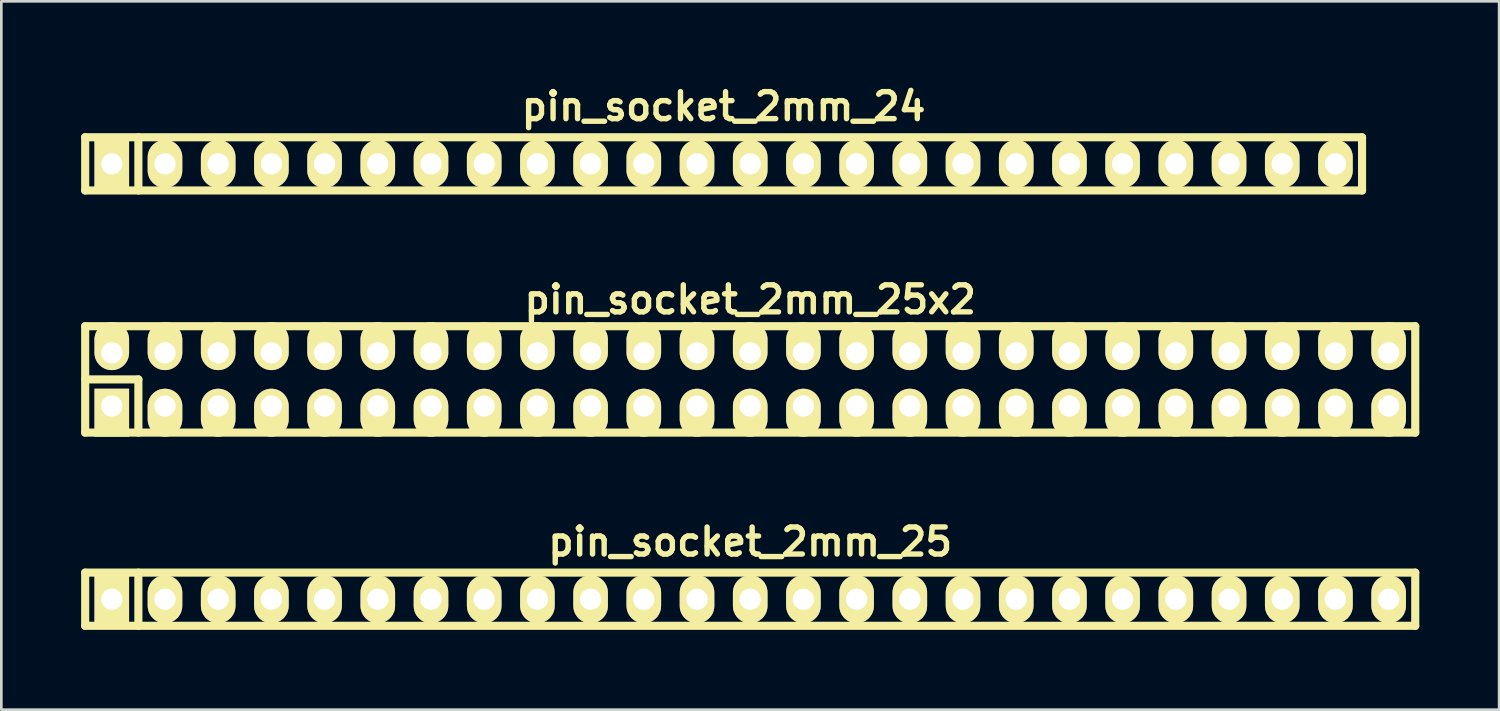
<source format=kicad_pcb>
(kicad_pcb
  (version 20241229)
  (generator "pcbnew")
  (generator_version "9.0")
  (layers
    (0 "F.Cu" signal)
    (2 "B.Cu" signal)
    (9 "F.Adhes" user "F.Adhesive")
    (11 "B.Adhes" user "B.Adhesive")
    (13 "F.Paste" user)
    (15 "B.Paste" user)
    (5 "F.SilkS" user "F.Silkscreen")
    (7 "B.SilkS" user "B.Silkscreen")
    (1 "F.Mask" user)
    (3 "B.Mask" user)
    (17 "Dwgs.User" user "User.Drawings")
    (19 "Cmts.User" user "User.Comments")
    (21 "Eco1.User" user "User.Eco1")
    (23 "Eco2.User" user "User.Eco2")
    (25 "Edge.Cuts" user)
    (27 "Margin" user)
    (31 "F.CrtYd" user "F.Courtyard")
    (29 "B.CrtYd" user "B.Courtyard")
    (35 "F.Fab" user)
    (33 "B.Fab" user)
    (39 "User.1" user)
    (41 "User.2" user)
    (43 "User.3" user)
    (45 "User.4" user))
  (footprint "pin_socket_2mm_24"
    (layer "F.Cu")
    (at 24.152 3.11)
    (property "Reference" "pin_socket_2mm_24" (at 0 -2.159 0) (layer "F.SilkS") (effects (font (size 1.016 1.016) (thickness 0.203))))
    (attr through_hole)
    (fp_line (start -24 -1) (end 24 -1) (stroke (width 0.305) (type solid)) (layer "F.SilkS"))
    (fp_line (start -24 1) (end -24 -1) (stroke (width 0.305) (type solid)) (layer "F.SilkS"))
    (fp_line (start -22 -1) (end -22 1) (stroke (width 0.305) (type solid)) (layer "F.SilkS"))
    (fp_line (start 24 -1) (end 24 1) (stroke (width 0.305) (type solid)) (layer "F.SilkS"))
    (fp_line (start 24 1) (end -24 1) (stroke (width 0.305) (type solid)) (layer "F.SilkS"))
    (pad "1" thru_hole rect (at -23 0) (size 1.3 1.8) (drill 0.8) (layers "*.Cu" "*.Mask" "F.SilkS"))
    (pad "2" thru_hole oval (at -21 0) (size 1.3 1.8) (drill 0.8) (layers "*.Cu" "*.Mask" "F.SilkS"))
    (pad "3" thru_hole oval (at -19 0) (size 1.3 1.8) (drill 0.8) (layers "*.Cu" "*.Mask" "F.SilkS"))
    (pad "4" thru_hole oval (at -17 0) (size 1.3 1.8) (drill 0.8) (layers "*.Cu" "*.Mask" "F.SilkS"))
    (pad "5" thru_hole oval (at -15 0) (size 1.3 1.8) (drill 0.8) (layers "*.Cu" "*.Mask" "F.SilkS"))
    (pad "6" thru_hole oval (at -13 0) (size 1.3 1.8) (drill 0.8) (layers "*.Cu" "*.Mask" "F.SilkS"))
    (pad "7" thru_hole oval (at -11 0) (size 1.3 1.8) (drill 0.8) (layers "*.Cu" "*.Mask" "F.SilkS"))
    (pad "8" thru_hole oval (at -9 0) (size 1.3 1.8) (drill 0.8) (layers "*.Cu" "*.Mask" "F.SilkS"))
    (pad "9" thru_hole oval (at -7 0) (size 1.3 1.8) (drill 0.8) (layers "*.Cu" "*.Mask" "F.SilkS"))
    (pad "10" thru_hole oval (at -5 0) (size 1.3 1.8) (drill 0.8) (layers "*.Cu" "*.Mask" "F.SilkS"))
    (pad "11" thru_hole oval (at -3 0) (size 1.3 1.8) (drill 0.8) (layers "*.Cu" "*.Mask" "F.SilkS"))
    (pad "12" thru_hole oval (at -1 0) (size 1.3 1.8) (drill 0.8) (layers "*.Cu" "*.Mask" "F.SilkS"))
    (pad "13" thru_hole oval (at 1 0) (size 1.3 1.8) (drill 0.8) (layers "*.Cu" "*.Mask" "F.SilkS"))
    (pad "14" thru_hole oval (at 3 0) (size 1.3 1.8) (drill 0.8) (layers "*.Cu" "*.Mask" "F.SilkS"))
    (pad "15" thru_hole oval (at 5 0) (size 1.3 1.8) (drill 0.8) (layers "*.Cu" "*.Mask" "F.SilkS"))
    (pad "16" thru_hole oval (at 7 0) (size 1.3 1.8) (drill 0.8) (layers "*.Cu" "*.Mask" "F.SilkS"))
    (pad "17" thru_hole oval (at 9 0) (size 1.3 1.8) (drill 0.8) (layers "*.Cu" "*.Mask" "F.SilkS"))
    (pad "18" thru_hole oval (at 11 0) (size 1.3 1.8) (drill 0.8) (layers "*.Cu" "*.Mask" "F.SilkS"))
    (pad "19" thru_hole oval (at 13 0) (size 1.3 1.8) (drill 0.8) (layers "*.Cu" "*.Mask" "F.SilkS"))
    (pad "20" thru_hole oval (at 15 0) (size 1.3 1.8) (drill 0.8) (layers "*.Cu" "*.Mask" "F.SilkS"))
    (pad "21" thru_hole oval (at 17 0) (size 1.3 1.8) (drill 0.8) (layers "*.Cu" "*.Mask" "F.SilkS"))
    (pad "22" thru_hole oval (at 19 0) (size 1.3 1.8) (drill 0.8) (layers "*.Cu" "*.Mask" "F.SilkS"))
    (pad "23" thru_hole oval (at 21 0) (size 1.3 1.8) (drill 0.8) (layers "*.Cu" "*.Mask" "F.SilkS"))
    (pad "24" thru_hole oval (at 23 0) (size 1.3 1.8) (drill 0.8) (layers "*.Cu" "*.Mask" "F.SilkS")))
  (footprint "pin_socket_2mm_25x2"
    (layer "F.Cu")
    (at 25.152 11.213)
    (property "Reference" "pin_socket_2mm_25x2" (at 0 -3 0) (layer "F.SilkS") (effects (font (size 1.016 1.016) (thickness 0.203))))
    (attr through_hole)
    (fp_line (start -25 -2) (end 25 -2) (stroke (width 0.305) (type solid)) (layer "F.SilkS"))
    (fp_line (start -25 0) (end -23 0) (stroke (width 0.305) (type solid)) (layer "F.SilkS"))
    (fp_line (start -25 2) (end -25 -2) (stroke (width 0.305) (type solid)) (layer "F.SilkS"))
    (fp_line (start -23 0) (end -23 2) (stroke (width 0.305) (type solid)) (layer "F.SilkS"))
    (fp_line (start 25 -2) (end 25 2) (stroke (width 0.305) (type solid)) (layer "F.SilkS"))
    (fp_line (start 25 2) (end -25 2) (stroke (width 0.305) (type solid)) (layer "F.SilkS"))
    (pad "1" thru_hole rect (at -24 1) (size 1.3 1.8) (drill 0.8 (offset 0 0.25)) (layers "*.Cu" "*.Mask" "F.SilkS"))
    (pad "2" thru_hole oval (at -24 -1) (size 1.3 1.8) (drill 0.8 (offset 0 -0.25)) (layers "*.Cu" "*.Mask" "F.SilkS"))
    (pad "3" thru_hole oval (at -22 1) (size 1.3 1.8) (drill 0.8 (offset 0 0.25)) (layers "*.Cu" "*.Mask" "F.SilkS"))
    (pad "4" thru_hole oval (at -22 -1) (size 1.3 1.8) (drill 0.8 (offset 0 -0.25)) (layers "*.Cu" "*.Mask" "F.SilkS"))
    (pad "5" thru_hole oval (at -20 1) (size 1.3 1.8) (drill 0.8 (offset 0 0.25)) (layers "*.Cu" "*.Mask" "F.SilkS"))
    (pad "6" thru_hole oval (at -20 -1) (size 1.3 1.8) (drill 0.8 (offset 0 -0.25)) (layers "*.Cu" "*.Mask" "F.SilkS"))
    (pad "7" thru_hole oval (at -18 1) (size 1.3 1.8) (drill 0.8 (offset 0 0.25)) (layers "*.Cu" "*.Mask" "F.SilkS"))
    (pad "8" thru_hole oval (at -18 -1) (size 1.3 1.8) (drill 0.8 (offset 0 -0.25)) (layers "*.Cu" "*.Mask" "F.SilkS"))
    (pad "9" thru_hole oval (at -16 1) (size 1.3 1.8) (drill 0.8 (offset 0 0.25)) (layers "*.Cu" "*.Mask" "F.SilkS"))
    (pad "10" thru_hole oval (at -16 -1) (size 1.3 1.8) (drill 0.8 (offset 0 -0.25)) (layers "*.Cu" "*.Mask" "F.SilkS"))
    (pad "11" thru_hole oval (at -14 1) (size 1.3 1.8) (drill 0.8 (offset 0 0.25)) (layers "*.Cu" "*.Mask" "F.SilkS"))
    (pad "12" thru_hole oval (at -14 -1) (size 1.3 1.8) (drill 0.8 (offset 0 -0.25)) (layers "*.Cu" "*.Mask" "F.SilkS"))
    (pad "13" thru_hole oval (at -12 1) (size 1.3 1.8) (drill 0.8 (offset 0 0.25)) (layers "*.Cu" "*.Mask" "F.SilkS"))
    (pad "14" thru_hole oval (at -12 -1) (size 1.3 1.8) (drill 0.8 (offset 0 -0.25)) (layers "*.Cu" "*.Mask" "F.SilkS"))
    (pad "15" thru_hole oval (at -10 1) (size 1.3 1.8) (drill 0.8 (offset 0 0.25)) (layers "*.Cu" "*.Mask" "F.SilkS"))
    (pad "16" thru_hole oval (at -10 -1) (size 1.3 1.8) (drill 0.8 (offset 0 -0.25)) (layers "*.Cu" "*.Mask" "F.SilkS"))
    (pad "17" thru_hole oval (at -8 1) (size 1.3 1.8) (drill 0.8 (offset 0 0.25)) (layers "*.Cu" "*.Mask" "F.SilkS"))
    (pad "18" thru_hole oval (at -8 -1) (size 1.3 1.8) (drill 0.8 (offset 0 -0.25)) (layers "*.Cu" "*.Mask" "F.SilkS"))
    (pad "19" thru_hole oval (at -6 1) (size 1.3 1.8) (drill 0.8 (offset 0 0.25)) (layers "*.Cu" "*.Mask" "F.SilkS"))
    (pad "20" thru_hole oval (at -6 -1) (size 1.3 1.8) (drill 0.8 (offset 0 -0.25)) (layers "*.Cu" "*.Mask" "F.SilkS"))
    (pad "21" thru_hole oval (at -4 1) (size 1.3 1.8) (drill 0.8 (offset 0 0.25)) (layers "*.Cu" "*.Mask" "F.SilkS"))
    (pad "22" thru_hole oval (at -4 -1) (size 1.3 1.8) (drill 0.8 (offset 0 -0.25)) (layers "*.Cu" "*.Mask" "F.SilkS"))
    (pad "23" thru_hole oval (at -2 1) (size 1.3 1.8) (drill 0.8 (offset 0 0.25)) (layers "*.Cu" "*.Mask" "F.SilkS"))
    (pad "24" thru_hole oval (at -2 -1) (size 1.3 1.8) (drill 0.8 (offset 0 -0.25)) (layers "*.Cu" "*.Mask" "F.SilkS"))
    (pad "25" thru_hole oval (at 0 1) (size 1.3 1.8) (drill 0.8 (offset 0 0.25)) (layers "*.Cu" "*.Mask" "F.SilkS"))
    (pad "26" thru_hole oval (at 0 -1) (size 1.3 1.8) (drill 0.8 (offset 0 -0.25)) (layers "*.Cu" "*.Mask" "F.SilkS"))
    (pad "27" thru_hole oval (at 2 1) (size 1.3 1.8) (drill 0.8 (offset 0 0.25)) (layers "*.Cu" "*.Mask" "F.SilkS"))
    (pad "28" thru_hole oval (at 2 -1) (size 1.3 1.8) (drill 0.8 (offset 0 -0.25)) (layers "*.Cu" "*.Mask" "F.SilkS"))
    (pad "29" thru_hole oval (at 4 1) (size 1.3 1.8) (drill 0.8 (offset 0 0.25)) (layers "*.Cu" "*.Mask" "F.SilkS"))
    (pad "30" thru_hole oval (at 4 -1) (size 1.3 1.8) (drill 0.8 (offset 0 -0.25)) (layers "*.Cu" "*.Mask" "F.SilkS"))
    (pad "31" thru_hole oval (at 6 1) (size 1.3 1.8) (drill 0.8 (offset 0 0.25)) (layers "*.Cu" "*.Mask" "F.SilkS"))
    (pad "32" thru_hole oval (at 6 -1) (size 1.3 1.8) (drill 0.8 (offset 0 -0.25)) (layers "*.Cu" "*.Mask" "F.SilkS"))
    (pad "33" thru_hole oval (at 8 1) (size 1.3 1.8) (drill 0.8 (offset 0 0.25)) (layers "*.Cu" "*.Mask" "F.SilkS"))
    (pad "34" thru_hole oval (at 8 -1) (size 1.3 1.8) (drill 0.8 (offset 0 -0.25)) (layers "*.Cu" "*.Mask" "F.SilkS"))
    (pad "35" thru_hole oval (at 10 1) (size 1.3 1.8) (drill 0.8 (offset 0 0.25)) (layers "*.Cu" "*.Mask" "F.SilkS"))
    (pad "36" thru_hole oval (at 10 -1) (size 1.3 1.8) (drill 0.8 (offset 0 -0.25)) (layers "*.Cu" "*.Mask" "F.SilkS"))
    (pad "37" thru_hole oval (at 12 1) (size 1.3 1.8) (drill 0.8 (offset 0 0.25)) (layers "*.Cu" "*.Mask" "F.SilkS"))
    (pad "38" thru_hole oval (at 12 -1) (size 1.3 1.8) (drill 0.8 (offset 0 -0.25)) (layers "*.Cu" "*.Mask" "F.SilkS"))
    (pad "39" thru_hole oval (at 14 1) (size 1.3 1.8) (drill 0.8 (offset 0 0.25)) (layers "*.Cu" "*.Mask" "F.SilkS"))
    (pad "40" thru_hole oval (at 14 -1) (size 1.3 1.8) (drill 0.8 (offset 0 -0.25)) (layers "*.Cu" "*.Mask" "F.SilkS"))
    (pad "41" thru_hole oval (at 16 1) (size 1.3 1.8) (drill 0.8 (offset 0 0.25)) (layers "*.Cu" "*.Mask" "F.SilkS"))
    (pad "42" thru_hole oval (at 16 -1) (size 1.3 1.8) (drill 0.8 (offset 0 -0.25)) (layers "*.Cu" "*.Mask" "F.SilkS"))
    (pad "43" thru_hole oval (at 18 1) (size 1.3 1.8) (drill 0.8 (offset 0 0.25)) (layers "*.Cu" "*.Mask" "F.SilkS"))
    (pad "44" thru_hole oval (at 18 -1) (size 1.3 1.8) (drill 0.8 (offset 0 -0.25)) (layers "*.Cu" "*.Mask" "F.SilkS"))
    (pad "45" thru_hole oval (at 20 1) (size 1.3 1.8) (drill 0.8 (offset 0 0.25)) (layers "*.Cu" "*.Mask" "F.SilkS"))
    (pad "46" thru_hole oval (at 20 -1) (size 1.3 1.8) (drill 0.8 (offset 0 -0.25)) (layers "*.Cu" "*.Mask" "F.SilkS"))
    (pad "47" thru_hole oval (at 22 1) (size 1.3 1.8) (drill 0.8 (offset 0 0.25)) (layers "*.Cu" "*.Mask" "F.SilkS"))
    (pad "48" thru_hole oval (at 22 -1) (size 1.3 1.8) (drill 0.8 (offset 0 -0.25)) (layers "*.Cu" "*.Mask" "F.SilkS"))
    (pad "49" thru_hole oval (at 24 1) (size 1.3 1.8) (drill 0.8 (offset 0 0.25)) (layers "*.Cu" "*.Mask" "F.SilkS"))
    (pad "50" thru_hole oval (at 24 -1) (size 1.3 1.8) (drill 0.8 (offset 0 -0.25)) (layers "*.Cu" "*.Mask" "F.SilkS")))
  (footprint "pin_socket_2mm_25"
    (layer "F.Cu")
    (at 25.152 19.476)
    (property "Reference" "pin_socket_2mm_25" (at 0 -2.159 0) (layer "F.SilkS") (effects (font (size 1.016 1.016) (thickness 0.203))))
    (attr through_hole)
    (fp_line (start -25 -1) (end 25 -1) (stroke (width 0.305) (type solid)) (layer "F.SilkS"))
    (fp_line (start -25 1) (end -25 -1) (stroke (width 0.305) (type solid)) (layer "F.SilkS"))
    (fp_line (start -23 -1) (end -23 1) (stroke (width 0.305) (type solid)) (layer "F.SilkS"))
    (fp_line (start 25 -1) (end 25 1) (stroke (width 0.305) (type solid)) (layer "F.SilkS"))
    (fp_line (start 25 1) (end -25 1) (stroke (width 0.305) (type solid)) (layer "F.SilkS"))
    (pad "1" thru_hole rect (at -24 0) (size 1.3 1.8) (drill 0.8) (layers "*.Cu" "*.Mask" "F.SilkS"))
    (pad "2" thru_hole oval (at -22 0) (size 1.3 1.8) (drill 0.8) (layers "*.Cu" "*.Mask" "F.SilkS"))
    (pad "3" thru_hole oval (at -20 0) (size 1.3 1.8) (drill 0.8) (layers "*.Cu" "*.Mask" "F.SilkS"))
    (pad "4" thru_hole oval (at -18 0) (size 1.3 1.8) (drill 0.8) (layers "*.Cu" "*.Mask" "F.SilkS"))
    (pad "5" thru_hole oval (at -16 0) (size 1.3 1.8) (drill 0.8) (layers "*.Cu" "*.Mask" "F.SilkS"))
    (pad "6" thru_hole oval (at -14 0) (size 1.3 1.8) (drill 0.8) (layers "*.Cu" "*.Mask" "F.SilkS"))
    (pad "7" thru_hole oval (at -12 0) (size 1.3 1.8) (drill 0.8) (layers "*.Cu" "*.Mask" "F.SilkS"))
    (pad "8" thru_hole oval (at -10 0) (size 1.3 1.8) (drill 0.8) (layers "*.Cu" "*.Mask" "F.SilkS"))
    (pad "9" thru_hole oval (at -8 0) (size 1.3 1.8) (drill 0.8) (layers "*.Cu" "*.Mask" "F.SilkS"))
    (pad "10" thru_hole oval (at -6 0) (size 1.3 1.8) (drill 0.8) (layers "*.Cu" "*.Mask" "F.SilkS"))
    (pad "11" thru_hole oval (at -4 0) (size 1.3 1.8) (drill 0.8) (layers "*.Cu" "*.Mask" "F.SilkS"))
    (pad "12" thru_hole oval (at -2 0) (size 1.3 1.8) (drill 0.8) (layers "*.Cu" "*.Mask" "F.SilkS"))
    (pad "13" thru_hole oval (at 0 0) (size 1.3 1.8) (drill 0.8) (layers "*.Cu" "*.Mask" "F.SilkS"))
    (pad "14" thru_hole oval (at 2 0) (size 1.3 1.8) (drill 0.8) (layers "*.Cu" "*.Mask" "F.SilkS"))
    (pad "15" thru_hole oval (at 4 0) (size 1.3 1.8) (drill 0.8) (layers "*.Cu" "*.Mask" "F.SilkS"))
    (pad "16" thru_hole oval (at 6 0) (size 1.3 1.8) (drill 0.8) (layers "*.Cu" "*.Mask" "F.SilkS"))
    (pad "17" thru_hole oval (at 8 0) (size 1.3 1.8) (drill 0.8) (layers "*.Cu" "*.Mask" "F.SilkS"))
    (pad "18" thru_hole oval (at 10 0) (size 1.3 1.8) (drill 0.8) (layers "*.Cu" "*.Mask" "F.SilkS"))
    (pad "19" thru_hole oval (at 12 0) (size 1.3 1.8) (drill 0.8) (layers "*.Cu" "*.Mask" "F.SilkS"))
    (pad "20" thru_hole oval (at 14 0) (size 1.3 1.8) (drill 0.8) (layers "*.Cu" "*.Mask" "F.SilkS"))
    (pad "21" thru_hole oval (at 16 0) (size 1.3 1.8) (drill 0.8) (layers "*.Cu" "*.Mask" "F.SilkS"))
    (pad "22" thru_hole oval (at 18 0) (size 1.3 1.8) (drill 0.8) (layers "*.Cu" "*.Mask" "F.SilkS"))
    (pad "23" thru_hole oval (at 20 0) (size 1.3 1.8) (drill 0.8) (layers "*.Cu" "*.Mask" "F.SilkS"))
    (pad "24" thru_hole oval (at 22 0) (size 1.3 1.8) (drill 0.8) (layers "*.Cu" "*.Mask" "F.SilkS"))
    (pad "25" thru_hole oval (at 24 0) (size 1.3 1.8) (drill 0.8) (layers "*.Cu" "*.Mask" "F.SilkS")))
  (gr_rect
    (start -3 -3)
    (end 53.305 23.628)
    (stroke (width 0.1) (type default))
    (fill no)
    (layer "Edge.Cuts")))
</source>
